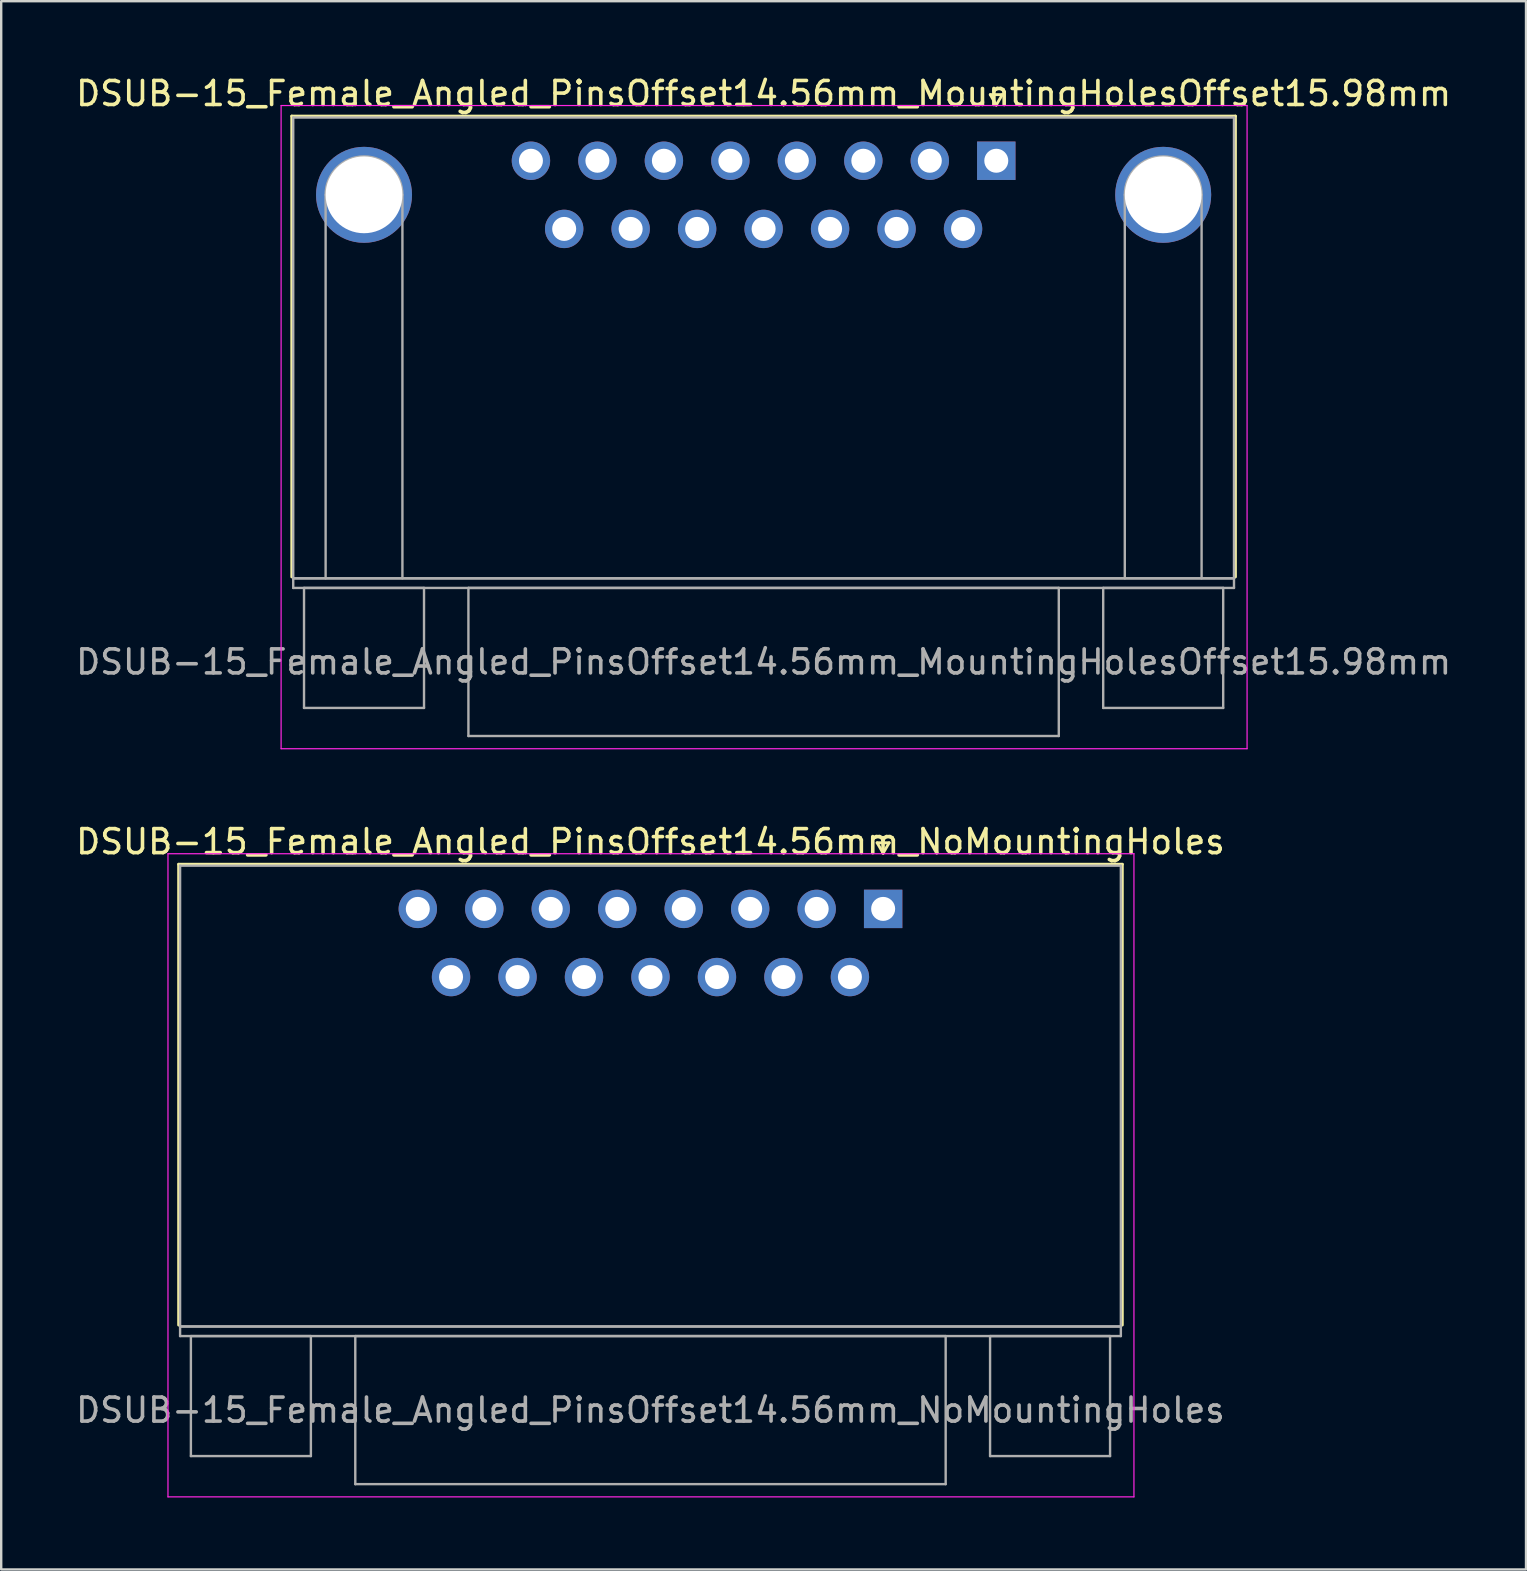
<source format=kicad_pcb>
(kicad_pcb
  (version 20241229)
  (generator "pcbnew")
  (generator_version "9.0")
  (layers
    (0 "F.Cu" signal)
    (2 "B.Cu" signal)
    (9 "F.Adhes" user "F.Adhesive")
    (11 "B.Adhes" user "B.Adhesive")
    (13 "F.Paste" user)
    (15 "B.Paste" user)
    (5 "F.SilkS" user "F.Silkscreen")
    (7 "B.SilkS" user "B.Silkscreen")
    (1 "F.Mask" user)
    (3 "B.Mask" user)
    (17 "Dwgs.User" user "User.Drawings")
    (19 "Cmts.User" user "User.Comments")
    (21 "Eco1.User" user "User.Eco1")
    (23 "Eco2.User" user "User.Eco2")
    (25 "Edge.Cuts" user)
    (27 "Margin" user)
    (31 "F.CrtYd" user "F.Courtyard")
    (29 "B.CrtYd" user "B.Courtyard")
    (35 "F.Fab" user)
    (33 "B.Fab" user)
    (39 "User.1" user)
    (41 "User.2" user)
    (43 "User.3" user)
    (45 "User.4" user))
  (footprint "DSUB-15_Female_Angled_PinsOffset14.56mm_MountingHolesOffset15.98mm"
    (layer "F.Cu")
    (at 38.463 3.648)
    (property "Reference" "DSUB-15_Female_Angled_PinsOffset14.56mm_MountingHolesOffset15.98mm" (at -9.695 -2.8 0) (layer "F.SilkS") (effects (font (size 1 1) (thickness 0.15))))
    (attr through_hole)
    (fp_line (start -29.355 -1.86) (end 9.965 -1.86) (stroke (width 0.12) (type solid)) (layer "F.SilkS"))
    (fp_line (start -29.355 17.34) (end -29.355 -1.86) (stroke (width 0.12) (type solid)) (layer "F.SilkS"))
    (fp_line (start -0.25 -2.754) (end 0.25 -2.754) (stroke (width 0.12) (type solid)) (layer "F.SilkS"))
    (fp_line (start 0 -2.321) (end -0.25 -2.754) (stroke (width 0.12) (type solid)) (layer "F.SilkS"))
    (fp_line (start 0.25 -2.754) (end 0 -2.321) (stroke (width 0.12) (type solid)) (layer "F.SilkS"))
    (fp_line (start 9.965 -1.86) (end 9.965 17.34) (stroke (width 0.12) (type solid)) (layer "F.SilkS"))
    (fp_line (start -29.8 -2.3) (end -29.8 24.5) (stroke (width 0.05) (type solid)) (layer "F.CrtYd"))
    (fp_line (start -29.8 24.5) (end 10.45 24.5) (stroke (width 0.05) (type solid)) (layer "F.CrtYd"))
    (fp_line (start 10.45 -2.3) (end -29.8 -2.3) (stroke (width 0.05) (type solid)) (layer "F.CrtYd"))
    (fp_line (start 10.45 24.5) (end 10.45 -2.3) (stroke (width 0.05) (type solid)) (layer "F.CrtYd"))
    (fp_line (start -29.295 -1.8) (end -29.295 17.4) (stroke (width 0.1) (type solid)) (layer "F.Fab"))
    (fp_line (start -29.295 17.4) (end -29.295 17.8) (stroke (width 0.1) (type solid)) (layer "F.Fab"))
    (fp_line (start -29.295 17.4) (end 9.905 17.4) (stroke (width 0.1) (type solid)) (layer "F.Fab"))
    (fp_line (start -29.295 17.8) (end 9.905 17.8) (stroke (width 0.1) (type solid)) (layer "F.Fab"))
    (fp_line (start -28.845 17.8) (end -28.845 22.8) (stroke (width 0.1) (type solid)) (layer "F.Fab"))
    (fp_line (start -28.845 22.8) (end -23.845 22.8) (stroke (width 0.1) (type solid)) (layer "F.Fab"))
    (fp_line (start -27.945 17.4) (end -27.945 1.42) (stroke (width 0.1) (type solid)) (layer "F.Fab"))
    (fp_line (start -24.745 17.4) (end -24.745 1.42) (stroke (width 0.1) (type solid)) (layer "F.Fab"))
    (fp_line (start -23.845 17.8) (end -28.845 17.8) (stroke (width 0.1) (type solid)) (layer "F.Fab"))
    (fp_line (start -23.845 22.8) (end -23.845 17.8) (stroke (width 0.1) (type solid)) (layer "F.Fab"))
    (fp_line (start -21.995 17.8) (end -21.995 23.97) (stroke (width 0.1) (type solid)) (layer "F.Fab"))
    (fp_line (start -21.995 23.97) (end 2.605 23.97) (stroke (width 0.1) (type solid)) (layer "F.Fab"))
    (fp_line (start 2.605 17.8) (end -21.995 17.8) (stroke (width 0.1) (type solid)) (layer "F.Fab"))
    (fp_line (start 2.605 23.97) (end 2.605 17.8) (stroke (width 0.1) (type solid)) (layer "F.Fab"))
    (fp_line (start 4.455 17.8) (end 4.455 22.8) (stroke (width 0.1) (type solid)) (layer "F.Fab"))
    (fp_line (start 4.455 22.8) (end 9.455 22.8) (stroke (width 0.1) (type solid)) (layer "F.Fab"))
    (fp_line (start 5.355 17.4) (end 5.355 1.42) (stroke (width 0.1) (type solid)) (layer "F.Fab"))
    (fp_line (start 8.555 17.4) (end 8.555 1.42) (stroke (width 0.1) (type solid)) (layer "F.Fab"))
    (fp_line (start 9.455 17.8) (end 4.455 17.8) (stroke (width 0.1) (type solid)) (layer "F.Fab"))
    (fp_line (start 9.455 22.8) (end 9.455 17.8) (stroke (width 0.1) (type solid)) (layer "F.Fab"))
    (fp_line (start 9.905 -1.8) (end -29.295 -1.8) (stroke (width 0.1) (type solid)) (layer "F.Fab"))
    (fp_line (start 9.905 17.4) (end -29.295 17.4) (stroke (width 0.1) (type solid)) (layer "F.Fab"))
    (fp_line (start 9.905 17.4) (end 9.905 -1.8) (stroke (width 0.1) (type solid)) (layer "F.Fab"))
    (fp_line (start 9.905 17.8) (end 9.905 17.4) (stroke (width 0.1) (type solid)) (layer "F.Fab"))
    (fp_arc (start -27.945 1.42) (mid -26.345 -0.18) (end -24.745 1.42) (stroke (width 0.1) (type solid)) (layer "F.Fab"))
    (fp_arc (start 5.355 1.42) (mid 6.955 -0.18) (end 8.555 1.42) (stroke (width 0.1) (type solid)) (layer "F.Fab"))
    (fp_text user "${REFERENCE}" (at -9.695 20.885 0) (layer "F.Fab") (effects (font (size 1 1) (thickness 0.15))))
    (pad "0" thru_hole circle (at -26.345 1.42) (size 4 4) (drill 3.2) (layers "*.Cu" "*.Mask"))
    (pad "0" thru_hole circle (at 6.955 1.42) (size 4 4) (drill 3.2) (layers "*.Cu" "*.Mask"))
    (pad "1" thru_hole rect (at 0 0) (size 1.6 1.6) (drill 1) (layers "*.Cu" "*.Mask"))
    (pad "2" thru_hole circle (at -2.77 0) (size 1.6 1.6) (drill 1) (layers "*.Cu" "*.Mask"))
    (pad "3" thru_hole circle (at -5.54 0) (size 1.6 1.6) (drill 1) (layers "*.Cu" "*.Mask"))
    (pad "4" thru_hole circle (at -8.31 0) (size 1.6 1.6) (drill 1) (layers "*.Cu" "*.Mask"))
    (pad "5" thru_hole circle (at -11.08 0) (size 1.6 1.6) (drill 1) (layers "*.Cu" "*.Mask"))
    (pad "6" thru_hole circle (at -13.85 0) (size 1.6 1.6) (drill 1) (layers "*.Cu" "*.Mask"))
    (pad "7" thru_hole circle (at -16.62 0) (size 1.6 1.6) (drill 1) (layers "*.Cu" "*.Mask"))
    (pad "8" thru_hole circle (at -19.39 0) (size 1.6 1.6) (drill 1) (layers "*.Cu" "*.Mask"))
    (pad "9" thru_hole circle (at -1.385 2.84) (size 1.6 1.6) (drill 1) (layers "*.Cu" "*.Mask"))
    (pad "10" thru_hole circle (at -4.155 2.84) (size 1.6 1.6) (drill 1) (layers "*.Cu" "*.Mask"))
    (pad "11" thru_hole circle (at -6.925 2.84) (size 1.6 1.6) (drill 1) (layers "*.Cu" "*.Mask"))
    (pad "12" thru_hole circle (at -9.695 2.84) (size 1.6 1.6) (drill 1) (layers "*.Cu" "*.Mask"))
    (pad "13" thru_hole circle (at -12.465 2.84) (size 1.6 1.6) (drill 1) (layers "*.Cu" "*.Mask"))
    (pad "14" thru_hole circle (at -15.235 2.84) (size 1.6 1.6) (drill 1) (layers "*.Cu" "*.Mask"))
    (pad "15" thru_hole circle (at -18.005 2.84) (size 1.6 1.6) (drill 1) (layers "*.Cu" "*.Mask")))
  (footprint "DSUB-15_Female_Angled_PinsOffset14.56mm_NoMountingHoles"
    (layer "F.Cu")
    (at 33.749 34.822)
    (property "Reference" "DSUB-15_Female_Angled_PinsOffset14.56mm_NoMountingHoles" (at -9.695 -2.8 0) (layer "F.SilkS") (effects (font (size 1 1) (thickness 0.15))))
    (attr through_hole)
    (fp_line (start -29.355 -1.86) (end 9.965 -1.86) (stroke (width 0.12) (type solid)) (layer "F.SilkS"))
    (fp_line (start -29.355 17.34) (end -29.355 -1.86) (stroke (width 0.12) (type solid)) (layer "F.SilkS"))
    (fp_line (start -0.25 -2.754) (end 0.25 -2.754) (stroke (width 0.12) (type solid)) (layer "F.SilkS"))
    (fp_line (start 0 -2.321) (end -0.25 -2.754) (stroke (width 0.12) (type solid)) (layer "F.SilkS"))
    (fp_line (start 0.25 -2.754) (end 0 -2.321) (stroke (width 0.12) (type solid)) (layer "F.SilkS"))
    (fp_line (start 9.965 -1.86) (end 9.965 17.34) (stroke (width 0.12) (type solid)) (layer "F.SilkS"))
    (fp_line (start -29.8 -2.3) (end -29.8 24.5) (stroke (width 0.05) (type solid)) (layer "F.CrtYd"))
    (fp_line (start -29.8 24.5) (end 10.45 24.5) (stroke (width 0.05) (type solid)) (layer "F.CrtYd"))
    (fp_line (start 10.45 -2.3) (end -29.8 -2.3) (stroke (width 0.05) (type solid)) (layer "F.CrtYd"))
    (fp_line (start 10.45 24.5) (end 10.45 -2.3) (stroke (width 0.05) (type solid)) (layer "F.CrtYd"))
    (fp_line (start -29.295 -1.8) (end -29.295 17.4) (stroke (width 0.1) (type solid)) (layer "F.Fab"))
    (fp_line (start -29.295 17.4) (end -29.295 17.8) (stroke (width 0.1) (type solid)) (layer "F.Fab"))
    (fp_line (start -29.295 17.4) (end 9.905 17.4) (stroke (width 0.1) (type solid)) (layer "F.Fab"))
    (fp_line (start -29.295 17.8) (end 9.905 17.8) (stroke (width 0.1) (type solid)) (layer "F.Fab"))
    (fp_line (start -28.845 17.8) (end -28.845 22.8) (stroke (width 0.1) (type solid)) (layer "F.Fab"))
    (fp_line (start -28.845 22.8) (end -23.845 22.8) (stroke (width 0.1) (type solid)) (layer "F.Fab"))
    (fp_line (start -23.845 17.8) (end -28.845 17.8) (stroke (width 0.1) (type solid)) (layer "F.Fab"))
    (fp_line (start -23.845 22.8) (end -23.845 17.8) (stroke (width 0.1) (type solid)) (layer "F.Fab"))
    (fp_line (start -21.995 17.8) (end -21.995 23.97) (stroke (width 0.1) (type solid)) (layer "F.Fab"))
    (fp_line (start -21.995 23.97) (end 2.605 23.97) (stroke (width 0.1) (type solid)) (layer "F.Fab"))
    (fp_line (start 2.605 17.8) (end -21.995 17.8) (stroke (width 0.1) (type solid)) (layer "F.Fab"))
    (fp_line (start 2.605 23.97) (end 2.605 17.8) (stroke (width 0.1) (type solid)) (layer "F.Fab"))
    (fp_line (start 4.455 17.8) (end 4.455 22.8) (stroke (width 0.1) (type solid)) (layer "F.Fab"))
    (fp_line (start 4.455 22.8) (end 9.455 22.8) (stroke (width 0.1) (type solid)) (layer "F.Fab"))
    (fp_line (start 9.455 17.8) (end 4.455 17.8) (stroke (width 0.1) (type solid)) (layer "F.Fab"))
    (fp_line (start 9.455 22.8) (end 9.455 17.8) (stroke (width 0.1) (type solid)) (layer "F.Fab"))
    (fp_line (start 9.905 -1.8) (end -29.295 -1.8) (stroke (width 0.1) (type solid)) (layer "F.Fab"))
    (fp_line (start 9.905 17.4) (end -29.295 17.4) (stroke (width 0.1) (type solid)) (layer "F.Fab"))
    (fp_line (start 9.905 17.4) (end 9.905 -1.8) (stroke (width 0.1) (type solid)) (layer "F.Fab"))
    (fp_line (start 9.905 17.8) (end 9.905 17.4) (stroke (width 0.1) (type solid)) (layer "F.Fab"))
    (fp_text user "${REFERENCE}" (at -9.695 20.885 0) (layer "F.Fab") (effects (font (size 1 1) (thickness 0.15))))
    (pad "1" thru_hole rect (at 0 0) (size 1.6 1.6) (drill 1) (layers "*.Cu" "*.Mask"))
    (pad "2" thru_hole circle (at -2.77 0) (size 1.6 1.6) (drill 1) (layers "*.Cu" "*.Mask"))
    (pad "3" thru_hole circle (at -5.54 0) (size 1.6 1.6) (drill 1) (layers "*.Cu" "*.Mask"))
    (pad "4" thru_hole circle (at -8.31 0) (size 1.6 1.6) (drill 1) (layers "*.Cu" "*.Mask"))
    (pad "5" thru_hole circle (at -11.08 0) (size 1.6 1.6) (drill 1) (layers "*.Cu" "*.Mask"))
    (pad "6" thru_hole circle (at -13.85 0) (size 1.6 1.6) (drill 1) (layers "*.Cu" "*.Mask"))
    (pad "7" thru_hole circle (at -16.62 0) (size 1.6 1.6) (drill 1) (layers "*.Cu" "*.Mask"))
    (pad "8" thru_hole circle (at -19.39 0) (size 1.6 1.6) (drill 1) (layers "*.Cu" "*.Mask"))
    (pad "9" thru_hole circle (at -1.385 2.84) (size 1.6 1.6) (drill 1) (layers "*.Cu" "*.Mask"))
    (pad "10" thru_hole circle (at -4.155 2.84) (size 1.6 1.6) (drill 1) (layers "*.Cu" "*.Mask"))
    (pad "11" thru_hole circle (at -6.925 2.84) (size 1.6 1.6) (drill 1) (layers "*.Cu" "*.Mask"))
    (pad "12" thru_hole circle (at -9.695 2.84) (size 1.6 1.6) (drill 1) (layers "*.Cu" "*.Mask"))
    (pad "13" thru_hole circle (at -12.465 2.84) (size 1.6 1.6) (drill 1) (layers "*.Cu" "*.Mask"))
    (pad "14" thru_hole circle (at -15.235 2.84) (size 1.6 1.6) (drill 1) (layers "*.Cu" "*.Mask"))
    (pad "15" thru_hole circle (at -18.005 2.84) (size 1.6 1.6) (drill 1) (layers "*.Cu" "*.Mask")))
  (gr_rect
    (start -3 -3)
    (end 60.536 62.346)
    (stroke (width 0.1) (type default))
    (fill no)
    (layer "Edge.Cuts")))
</source>
